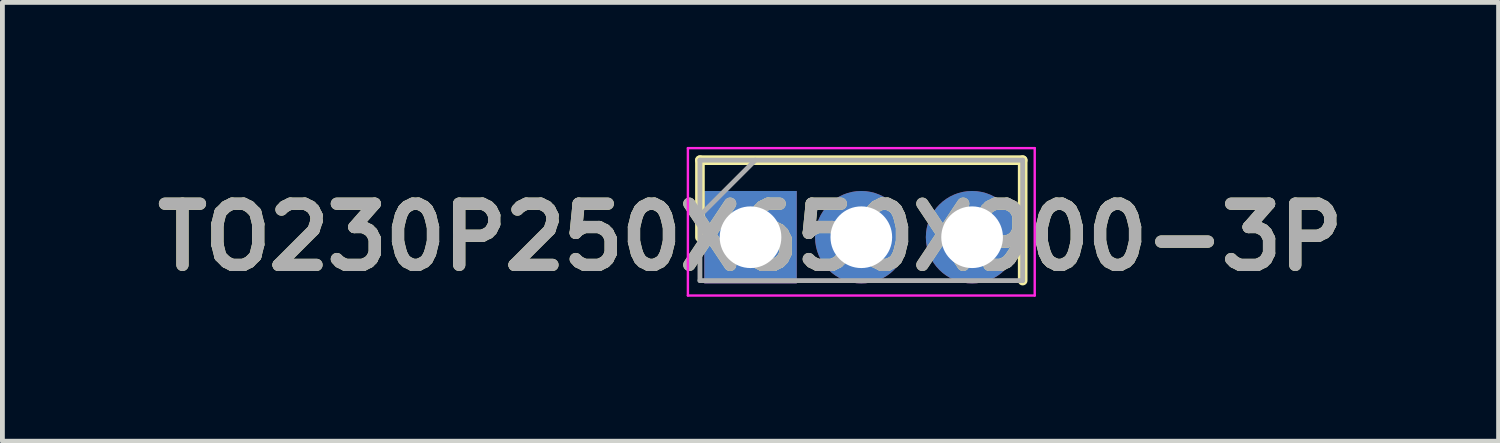
<source format=kicad_pcb>
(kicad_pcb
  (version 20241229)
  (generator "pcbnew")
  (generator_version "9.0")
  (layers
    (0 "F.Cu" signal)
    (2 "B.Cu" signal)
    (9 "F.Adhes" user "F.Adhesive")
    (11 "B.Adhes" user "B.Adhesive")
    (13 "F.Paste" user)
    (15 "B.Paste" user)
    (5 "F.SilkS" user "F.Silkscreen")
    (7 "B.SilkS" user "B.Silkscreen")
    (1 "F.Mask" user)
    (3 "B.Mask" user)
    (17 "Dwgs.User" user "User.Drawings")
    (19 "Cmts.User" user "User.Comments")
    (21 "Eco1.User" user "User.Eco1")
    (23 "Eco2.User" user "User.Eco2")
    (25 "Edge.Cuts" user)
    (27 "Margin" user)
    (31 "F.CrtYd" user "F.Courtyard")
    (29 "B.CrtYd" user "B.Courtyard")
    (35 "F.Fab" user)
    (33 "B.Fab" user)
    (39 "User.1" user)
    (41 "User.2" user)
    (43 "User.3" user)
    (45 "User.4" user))
  (footprint "TO230P250X650X900-3P"
    (layer "F.Cu")
    (at 12.531 1.875)
    (property "Reference" "TO230P250X650X900-3P" (at 0 0 0) (layer "F.SilkS") (effects (font (size 1.27 1.27) (thickness 0.254))))
    (attr through_hole)
    (fp_line (start -1.05 -1.6) (end -1.05 0) (stroke (width 0.2) (type solid)) (layer "F.SilkS"))
    (fp_line (start 5.65 -1.6) (end -1.05 -1.6) (stroke (width 0.2) (type solid)) (layer "F.SilkS"))
    (fp_line (start 5.65 0.9) (end 5.65 -1.6) (stroke (width 0.2) (type solid)) (layer "F.SilkS"))
    (fp_line (start -1.3 -1.85) (end 5.9 -1.85) (stroke (width 0.05) (type solid)) (layer "F.CrtYd"))
    (fp_line (start -1.3 1.21) (end -1.3 -1.85) (stroke (width 0.05) (type solid)) (layer "F.CrtYd"))
    (fp_line (start 5.9 -1.85) (end 5.9 1.21) (stroke (width 0.05) (type solid)) (layer "F.CrtYd"))
    (fp_line (start 5.9 1.21) (end -1.3 1.21) (stroke (width 0.05) (type solid)) (layer "F.CrtYd"))
    (fp_line (start -1.05 -1.6) (end 5.65 -1.6) (stroke (width 0.1) (type solid)) (layer "F.Fab"))
    (fp_line (start -1.05 -0.45) (end 0.1 -1.6) (stroke (width 0.1) (type solid)) (layer "F.Fab"))
    (fp_line (start -1.05 0.9) (end -1.05 -1.6) (stroke (width 0.1) (type solid)) (layer "F.Fab"))
    (fp_line (start 5.65 -1.6) (end 5.65 0.9) (stroke (width 0.1) (type solid)) (layer "F.Fab"))
    (fp_line (start 5.65 0.9) (end -1.05 0.9) (stroke (width 0.1) (type solid)) (layer "F.Fab"))
    (fp_text user "${REFERENCE}" (at 0 0 0) (layer "F.Fab") (effects (font (size 1.27 1.27) (thickness 0.254))))
    (pad "1" thru_hole rect (at 0 0) (size 1.92 1.92) (drill 1.28) (layers "*.Cu" "*.Mask"))
    (pad "2" thru_hole circle (at 2.3 0) (size 1.92 1.92) (drill 1.28) (layers "*.Cu" "*.Mask"))
    (pad "3" thru_hole circle (at 4.6 0) (size 1.92 1.92) (drill 1.28) (layers "*.Cu" "*.Mask")))
  (gr_rect
    (start -3 -3)
    (end 28.061 6.11)
    (stroke (width 0.1) (type default))
    (fill no)
    (layer "Edge.Cuts")))
</source>
